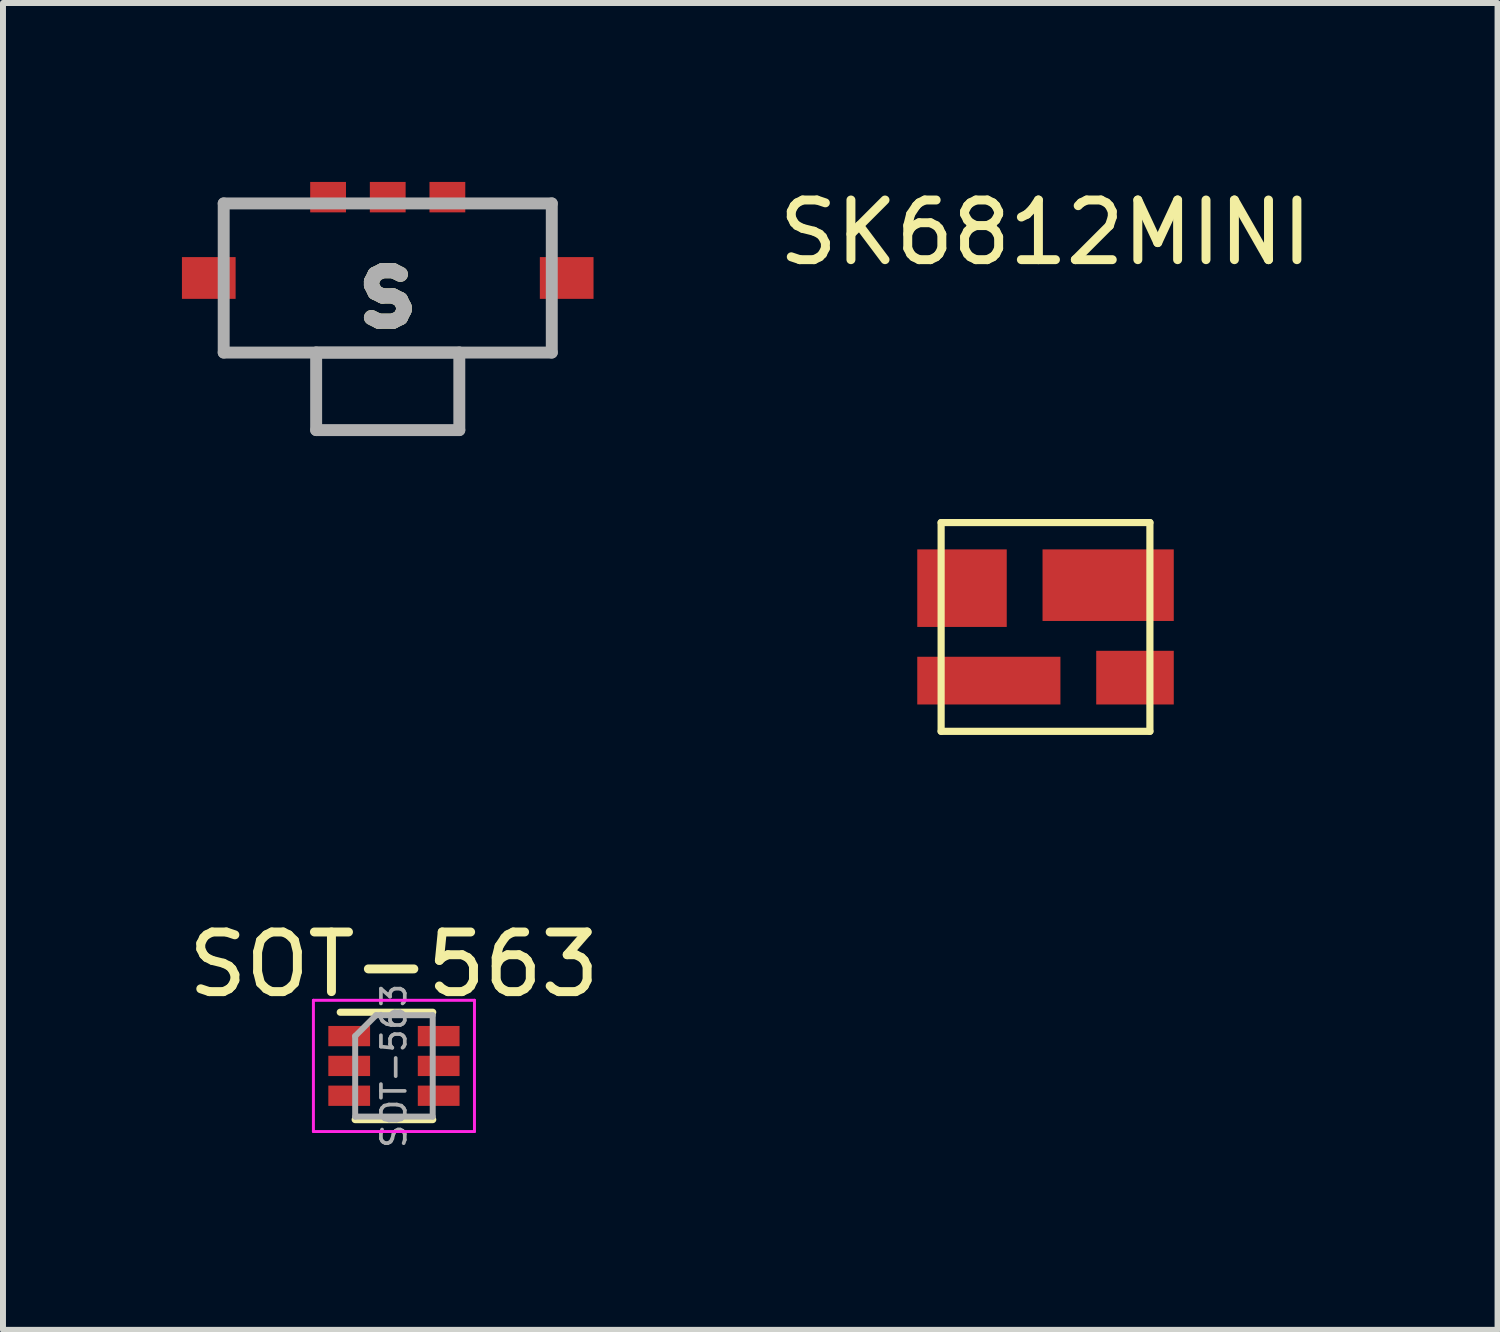
<source format=kicad_pcb>
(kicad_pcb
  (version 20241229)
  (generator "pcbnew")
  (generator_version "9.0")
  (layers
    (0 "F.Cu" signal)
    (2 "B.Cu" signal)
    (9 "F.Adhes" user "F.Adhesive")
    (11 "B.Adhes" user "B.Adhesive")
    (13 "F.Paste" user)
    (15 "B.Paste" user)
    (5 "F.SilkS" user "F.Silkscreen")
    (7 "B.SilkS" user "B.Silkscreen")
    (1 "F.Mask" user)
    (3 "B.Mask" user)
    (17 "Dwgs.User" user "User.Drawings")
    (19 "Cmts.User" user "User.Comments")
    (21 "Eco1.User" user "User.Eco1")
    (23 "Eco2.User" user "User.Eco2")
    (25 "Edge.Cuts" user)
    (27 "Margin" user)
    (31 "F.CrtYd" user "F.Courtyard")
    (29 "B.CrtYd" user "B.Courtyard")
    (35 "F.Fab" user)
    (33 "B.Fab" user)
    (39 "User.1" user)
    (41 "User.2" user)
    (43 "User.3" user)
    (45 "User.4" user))
  (footprint "s"
    (layer "F.Cu")
    (at 3.45 1.61)
    (property "Reference" "s" (at 0 0.15 0) (layer "F.SilkS") (effects (font (size 1.27 1.27) (thickness 0.254))))
    (attr smd)
    (fp_line (start -2.75 -1.25) (end -2.75 -0.75) (stroke (width 0.1) (type solid)) (layer "F.SilkS"))
    (fp_line (start -2.75 1.25) (end -2.75 0.75) (stroke (width 0.1) (type solid)) (layer "F.SilkS"))
    (fp_line (start -2 -1.25) (end -2.75 -1.25) (stroke (width 0.1) (type solid)) (layer "F.SilkS"))
    (fp_line (start 2 -1.25) (end 2.75 -1.25) (stroke (width 0.1) (type solid)) (layer "F.SilkS"))
    (fp_line (start 2.75 -1.25) (end 2.75 -0.75) (stroke (width 0.1) (type solid)) (layer "F.SilkS"))
    (fp_line (start 2.75 0.75) (end 2.75 1.25) (stroke (width 0.1) (type solid)) (layer "F.SilkS"))
    (fp_line (start 2.75 1.25) (end -2.75 1.25) (stroke (width 0.1) (type solid)) (layer "F.SilkS"))
    (fp_line (start -2.75 -1.25) (end 2.75 -1.25) (stroke (width 0.2) (type solid)) (layer "F.Fab"))
    (fp_line (start -2.75 1.25) (end -2.75 -1.25) (stroke (width 0.2) (type solid)) (layer "F.Fab"))
    (fp_line (start -1.2 1.25) (end 1.2 1.25) (stroke (width 0.2) (type solid)) (layer "F.Fab"))
    (fp_line (start -1.2 2.55) (end -1.2 1.25) (stroke (width 0.2) (type solid)) (layer "F.Fab"))
    (fp_line (start 1.2 1.25) (end 1.2 2.55) (stroke (width 0.2) (type solid)) (layer "F.Fab"))
    (fp_line (start 1.2 2.55) (end -1.2 2.55) (stroke (width 0.2) (type solid)) (layer "F.Fab"))
    (fp_line (start 2.75 -1.25) (end 2.75 1.25) (stroke (width 0.2) (type solid)) (layer "F.Fab"))
    (fp_line (start 2.75 1.25) (end -2.75 1.25) (stroke (width 0.2) (type solid)) (layer "F.Fab"))
    (fp_text user "${REFERENCE}" (at 0 0.15 0) (layer "F.Fab") (effects (font (size 1.27 1.27) (thickness 0.254))))
    (pad "1" smd rect (at -1 -1.355 90) (size 0.51 0.6) (layers "F.Cu" "F.Mask" "F.Paste"))
    (pad "2" smd rect (at 0 -1.355 90) (size 0.51 0.6) (layers "F.Cu" "F.Mask" "F.Paste"))
    (pad "3" smd rect (at 1 -1.355 90) (size 0.51 0.6) (layers "F.Cu" "F.Mask" "F.Paste"))
    (pad "MP1" smd rect (at -3 0 90) (size 0.7 0.9) (layers "F.Cu" "F.Mask" "F.Paste"))
    (pad "MP2" smd rect (at 3 0 90) (size 0.7 0.9) (layers "F.Cu" "F.Mask" "F.Paste")))
  (footprint "SOT-563"
    (layer "F.Cu")
    (at 3.554 14.819)
    (property "Reference" "SOT-563" (at 0 -1.7 0) (layer "F.SilkS") (effects (font (size 1 1) (thickness 0.15))))
    (attr smd)
    (fp_line (start -0.9 -0.9) (end 0.65 -0.9) (stroke (width 0.12) (type solid)) (layer "F.SilkS"))
    (fp_line (start 0.65 0.9) (end -0.65 0.9) (stroke (width 0.12) (type solid)) (layer "F.SilkS"))
    (fp_line (start -1.35 -1.1) (end -1.35 1.1) (stroke (width 0.05) (type solid)) (layer "F.CrtYd"))
    (fp_line (start -1.35 -1.1) (end 1.35 -1.1) (stroke (width 0.05) (type solid)) (layer "F.CrtYd"))
    (fp_line (start 1.35 1.1) (end -1.35 1.1) (stroke (width 0.05) (type solid)) (layer "F.CrtYd"))
    (fp_line (start 1.35 1.1) (end 1.35 -1.1) (stroke (width 0.05) (type solid)) (layer "F.CrtYd"))
    (fp_line (start -0.65 -0.5) (end -0.65 0.85) (stroke (width 0.1) (type solid)) (layer "F.Fab"))
    (fp_line (start -0.65 -0.5) (end -0.3 -0.85) (stroke (width 0.1) (type solid)) (layer "F.Fab"))
    (fp_line (start -0.65 0.85) (end 0.65 0.85) (stroke (width 0.1) (type solid)) (layer "F.Fab"))
    (fp_line (start 0.65 -0.85) (end -0.3 -0.85) (stroke (width 0.1) (type solid)) (layer "F.Fab"))
    (fp_line (start 0.65 0.85) (end 0.65 -0.85) (stroke (width 0.1) (type solid)) (layer "F.Fab"))
    (fp_text user "${REFERENCE}" (at 0 0 90) (layer "F.Fab") (effects (font (size 0.4 0.4) (thickness 0.062))))
    (pad "1" smd rect (at -0.75 -0.5) (size 0.7 0.34) (layers "F.Cu" "F.Mask" "F.Paste"))
    (pad "2" smd rect (at -0.75 0) (size 0.7 0.34) (layers "F.Cu" "F.Mask" "F.Paste"))
    (pad "3" smd rect (at -0.75 0.5) (size 0.7 0.34) (layers "F.Cu" "F.Mask" "F.Paste"))
    (pad "4" smd rect (at 0.75 0.5) (size 0.7 0.34) (layers "F.Cu" "F.Mask" "F.Paste"))
    (pad "5" smd rect (at 0.75 0) (size 0.7 0.34) (layers "F.Cu" "F.Mask" "F.Paste"))
    (pad "6" smd rect (at 0.75 -0.5) (size 0.7 0.34) (layers "F.Cu" "F.Mask" "F.Paste")))
  (footprint "SK6812MINI"
    (layer "F.Cu")
    (at 14.477 7.46)
    (property "Reference" "SK6812MINI" (at 0 -6.612 0) (layer "F.SilkS") (effects (font (size 1 1) (thickness 0.15))))
    (attr through_hole)
    (fp_line (start -1.75 -1.75) (end -1.75 1.75) (stroke (width 0.12) (type solid)) (layer "F.SilkS"))
    (fp_line (start -1.75 1.75) (end 1.75 1.75) (stroke (width 0.12) (type solid)) (layer "F.SilkS"))
    (fp_line (start 1.75 -1.75) (end -1.75 -1.75) (stroke (width 0.12) (type solid)) (layer "F.SilkS"))
    (fp_line (start 1.75 1.75) (end 1.75 -1.75) (stroke (width 0.12) (type solid)) (layer "F.SilkS"))
    (pad "1" smd rect (at 1.5 0.85) (size 1.3 0.9) (layers "F.Cu" "F.Mask" "F.Paste"))
    (pad "2" smd rect (at 1.05 -0.7) (size 2.2 1.2) (layers "F.Cu" "F.Mask" "F.Paste"))
    (pad "3" smd rect (at -1.4 -0.65) (size 1.5 1.3) (layers "F.Cu" "F.Mask" "F.Paste"))
    (pad "4" smd rect (at -0.95 0.9) (size 2.4 0.8) (layers "F.Cu" "F.Mask" "F.Paste")))
  (gr_rect
    (start -3 -3)
    (end 22.055 19.244)
    (stroke (width 0.1) (type default))
    (fill no)
    (layer "Edge.Cuts")))
</source>
